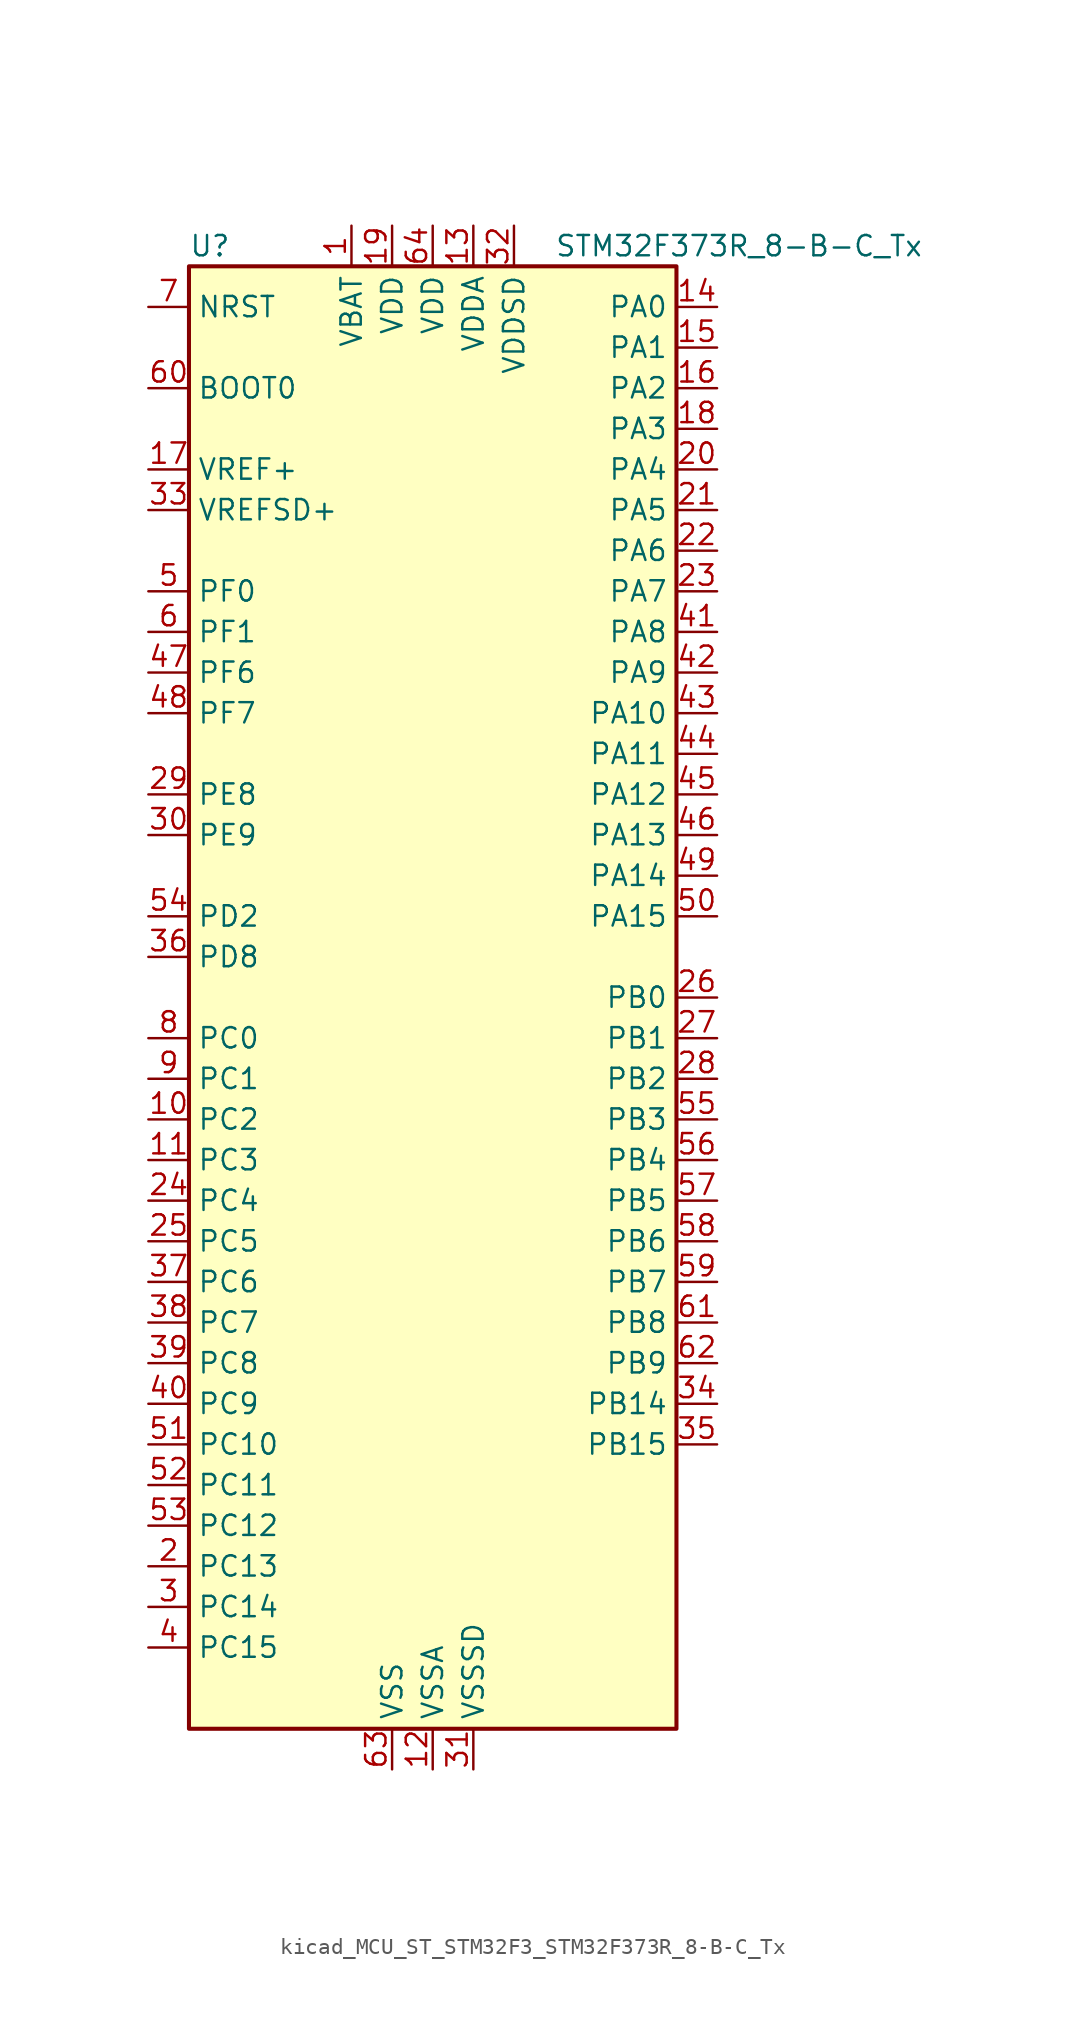
<source format=kicad_sym>
(kicad_symbol_lib
  (version 20220914)
  (generator kicad_symbol_editor)
  (symbol "kicad_MCU_ST_STM32F3_STM32F373R_8-B-C_Tx"
    (property "Reference" "U"
      (at -15.24 46.99 0)
      (effects (font (size 1.27 1.27)) (justify left)))
    (property "Value" "STM32F373R_8-B-C_Tx"
      (at 7.62 46.99 0)
      (effects (font (size 1.27 1.27)) (justify left)))
    (property "ki_locked" ""
      (at 0 0 0)
      (effects (font (size 1.27 1.27))))
    (symbol "kicad_MCU_ST_STM32F3_STM32F373R_8-B-C_Tx_0_1"
      (rectangle (start -15.24 -45.72) (end 15.24 45.72) (stroke (width 0.254) (type default)) (fill (type background))))
    (symbol "kicad_MCU_ST_STM32F3_STM32F373R_8-B-C_Tx_1_1"
      (pin power_in line (at -5.08 48.26 270) (length 2.54) (name "VBAT" (effects (font (size 1.27 1.27)))) (number "1" (effects (font (size 1.27 1.27)))))
      (pin bidirectional line (at -17.78 -7.62 0) (length 2.54) (name "PC2" (effects (font (size 1.27 1.27)))) (number "10" (effects (font (size 1.27 1.27)))) (alternate "ADC1_IN12" bidirectional line) (alternate "I2S2_MCK" bidirectional line) (alternate "SPI2_MISO" bidirectional line) (alternate "TIM5_CH3" bidirectional line))
      (pin bidirectional line (at -17.78 -10.16 0) (length 2.54) (name "PC3" (effects (font (size 1.27 1.27)))) (number "11" (effects (font (size 1.27 1.27)))) (alternate "ADC1_IN13" bidirectional line) (alternate "I2S2_SD" bidirectional line) (alternate "SPI2_MOSI" bidirectional line) (alternate "TIM5_CH4" bidirectional line))
      (pin power_in line (at 0 -48.26 90) (length 2.54) (name "VSSA" (effects (font (size 1.27 1.27)))) (number "12" (effects (font (size 1.27 1.27)))))
      (pin power_in line (at 2.54 48.26 270) (length 2.54) (name "VDDA" (effects (font (size 1.27 1.27)))) (number "13" (effects (font (size 1.27 1.27)))))
      (pin bidirectional line (at 17.78 43.18 180) (length 2.54) (name "PA0" (effects (font (size 1.27 1.27)))) (number "14" (effects (font (size 1.27 1.27)))) (alternate "ADC1_IN0" bidirectional line) (alternate "COMP1_INM" bidirectional line) (alternate "COMP1_OUT" bidirectional line) (alternate "RTC_TAMP2" bidirectional line) (alternate "SYS_WKUP1" bidirectional line) (alternate "TIM19_CH1" bidirectional line) (alternate "TIM2_CH1" bidirectional line) (alternate "TIM2_ETR" bidirectional line) (alternate "TIM5_CH1" bidirectional line) (alternate "TIM5_ETR" bidirectional line) (alternate "TSC_G1_IO1" bidirectional line) (alternate "USART2_CTS" bidirectional line))
      (pin bidirectional line (at 17.78 40.64 180) (length 2.54) (name "PA1" (effects (font (size 1.27 1.27)))) (number "15" (effects (font (size 1.27 1.27)))) (alternate "ADC1_IN1" bidirectional line) (alternate "COMP1_INP" bidirectional line) (alternate "I2S3_CK" bidirectional line) (alternate "RTC_REFIN" bidirectional line) (alternate "SPI3_SCK" bidirectional line) (alternate "TIM15_CH1N" bidirectional line) (alternate "TIM19_CH2" bidirectional line) (alternate "TIM2_CH2" bidirectional line) (alternate "TIM5_CH2" bidirectional line) (alternate "TSC_G1_IO2" bidirectional line) (alternate "USART2_DE" bidirectional line) (alternate "USART2_RTS" bidirectional line))
      (pin bidirectional line (at 17.78 38.1 180) (length 2.54) (name "PA2" (effects (font (size 1.27 1.27)))) (number "16" (effects (font (size 1.27 1.27)))) (alternate "ADC1_IN2" bidirectional line) (alternate "COMP2_INM" bidirectional line) (alternate "COMP2_OUT" bidirectional line) (alternate "I2S3_MCK" bidirectional line) (alternate "SPI3_MISO" bidirectional line) (alternate "TIM15_CH1" bidirectional line) (alternate "TIM19_CH3" bidirectional line) (alternate "TIM2_CH3" bidirectional line) (alternate "TIM5_CH3" bidirectional line) (alternate "TSC_G1_IO3" bidirectional line) (alternate "USART2_TX" bidirectional line))
      (pin input line (at -17.78 33.02 0) (length 2.54) (name "VREF+" (effects (font (size 1.27 1.27)))) (number "17" (effects (font (size 1.27 1.27)))))
      (pin bidirectional line (at 17.78 35.56 180) (length 2.54) (name "PA3" (effects (font (size 1.27 1.27)))) (number "18" (effects (font (size 1.27 1.27)))) (alternate "ADC1_IN3" bidirectional line) (alternate "COMP2_INP" bidirectional line) (alternate "I2S3_SD" bidirectional line) (alternate "SPI3_MOSI" bidirectional line) (alternate "TIM15_CH2" bidirectional line) (alternate "TIM19_CH4" bidirectional line) (alternate "TIM2_CH4" bidirectional line) (alternate "TIM5_CH4" bidirectional line) (alternate "TSC_G1_IO4" bidirectional line) (alternate "USART2_RX" bidirectional line))
      (pin power_in line (at -2.54 48.26 270) (length 2.54) (name "VDD" (effects (font (size 1.27 1.27)))) (number "19" (effects (font (size 1.27 1.27)))))
      (pin bidirectional line (at -17.78 -35.56 0) (length 2.54) (name "PC13" (effects (font (size 1.27 1.27)))) (number "2" (effects (font (size 1.27 1.27)))) (alternate "RTC_OUT_ALARM" bidirectional line) (alternate "RTC_OUT_CALIB" bidirectional line) (alternate "RTC_TAMP1" bidirectional line) (alternate "RTC_TS" bidirectional line) (alternate "SYS_WKUP2" bidirectional line))
      (pin bidirectional line (at 17.78 33.02 180) (length 2.54) (name "PA4" (effects (font (size 1.27 1.27)))) (number "20" (effects (font (size 1.27 1.27)))) (alternate "ADC1_IN4" bidirectional line) (alternate "DAC1_OUT1" bidirectional line) (alternate "I2S1_WS" bidirectional line) (alternate "I2S3_WS" bidirectional line) (alternate "SPI1_NSS" bidirectional line) (alternate "SPI3_NSS" bidirectional line) (alternate "TIM12_CH1" bidirectional line) (alternate "TIM3_CH2" bidirectional line) (alternate "TSC_G2_IO1" bidirectional line) (alternate "USART2_CK" bidirectional line))
      (pin bidirectional line (at 17.78 30.48 180) (length 2.54) (name "PA5" (effects (font (size 1.27 1.27)))) (number "21" (effects (font (size 1.27 1.27)))) (alternate "ADC1_IN5" bidirectional line) (alternate "CEC" bidirectional line) (alternate "DAC1_OUT2" bidirectional line) (alternate "I2S1_CK" bidirectional line) (alternate "SPI1_SCK" bidirectional line) (alternate "TIM12_CH2" bidirectional line) (alternate "TIM14_CH1" bidirectional line) (alternate "TIM2_CH1" bidirectional line) (alternate "TIM2_ETR" bidirectional line) (alternate "TSC_G2_IO2" bidirectional line))
      (pin bidirectional line (at 17.78 27.94 180) (length 2.54) (name "PA6" (effects (font (size 1.27 1.27)))) (number "22" (effects (font (size 1.27 1.27)))) (alternate "ADC1_IN6" bidirectional line) (alternate "COMP1_OUT" bidirectional line) (alternate "DAC2_OUT1" bidirectional line) (alternate "I2S1_MCK" bidirectional line) (alternate "SPI1_MISO" bidirectional line) (alternate "TIM13_CH1" bidirectional line) (alternate "TIM16_CH1" bidirectional line) (alternate "TIM3_CH1" bidirectional line) (alternate "TSC_G2_IO3" bidirectional line))
      (pin bidirectional line (at 17.78 25.4 180) (length 2.54) (name "PA7" (effects (font (size 1.27 1.27)))) (number "23" (effects (font (size 1.27 1.27)))) (alternate "ADC1_IN7" bidirectional line) (alternate "COMP2_OUT" bidirectional line) (alternate "I2S1_SD" bidirectional line) (alternate "SPI1_MOSI" bidirectional line) (alternate "TIM14_CH1" bidirectional line) (alternate "TIM17_CH1" bidirectional line) (alternate "TIM3_CH2" bidirectional line) (alternate "TSC_G2_IO4" bidirectional line))
      (pin bidirectional line (at -17.78 -12.7 0) (length 2.54) (name "PC4" (effects (font (size 1.27 1.27)))) (number "24" (effects (font (size 1.27 1.27)))) (alternate "ADC1_IN14" bidirectional line) (alternate "TIM13_CH1" bidirectional line) (alternate "TSC_G3_IO1" bidirectional line) (alternate "USART1_TX" bidirectional line))
      (pin bidirectional line (at -17.78 -15.24 0) (length 2.54) (name "PC5" (effects (font (size 1.27 1.27)))) (number "25" (effects (font (size 1.27 1.27)))) (alternate "ADC1_IN15" bidirectional line) (alternate "TSC_G3_IO2" bidirectional line) (alternate "USART1_RX" bidirectional line))
      (pin bidirectional line (at 17.78 0 180) (length 2.54) (name "PB0" (effects (font (size 1.27 1.27)))) (number "26" (effects (font (size 1.27 1.27)))) (alternate "ADC1_IN8" bidirectional line) (alternate "I2S1_SD" bidirectional line) (alternate "SDADC1_AIN6P" bidirectional line) (alternate "SPI1_MOSI" bidirectional line) (alternate "TIM3_CH2" bidirectional line) (alternate "TIM3_CH3" bidirectional line) (alternate "TSC_G3_IO3" bidirectional line))
      (pin bidirectional line (at 17.78 -2.54 180) (length 2.54) (name "PB1" (effects (font (size 1.27 1.27)))) (number "27" (effects (font (size 1.27 1.27)))) (alternate "ADC1_IN9" bidirectional line) (alternate "SDADC1_AIN5P" bidirectional line) (alternate "SDADC1_AIN6M" bidirectional line) (alternate "TIM3_CH4" bidirectional line) (alternate "TSC_G3_IO4" bidirectional line))
      (pin bidirectional line (at 17.78 -5.08 180) (length 2.54) (name "PB2" (effects (font (size 1.27 1.27)))) (number "28" (effects (font (size 1.27 1.27)))) (alternate "SDADC1_AIN4P" bidirectional line) (alternate "SDADC2_AIN6P" bidirectional line))
      (pin bidirectional line (at -17.78 12.7 0) (length 2.54) (name "PE8" (effects (font (size 1.27 1.27)))) (number "29" (effects (font (size 1.27 1.27)))) (alternate "SDADC1_AIN8P" bidirectional line) (alternate "SDADC2_AIN8P" bidirectional line))
      (pin bidirectional line (at -17.78 -38.1 0) (length 2.54) (name "PC14" (effects (font (size 1.27 1.27)))) (number "3" (effects (font (size 1.27 1.27)))) (alternate "RCC_OSC32_IN" bidirectional line))
      (pin bidirectional line (at -17.78 10.16 0) (length 2.54) (name "PE9" (effects (font (size 1.27 1.27)))) (number "30" (effects (font (size 1.27 1.27)))) (alternate "DAC1_EXTI9" bidirectional line) (alternate "DAC2_EXTI9" bidirectional line) (alternate "SDADC1_AIN7P" bidirectional line) (alternate "SDADC1_AIN8M" bidirectional line) (alternate "SDADC2_AIN7P" bidirectional line) (alternate "SDADC2_AIN8M" bidirectional line))
      (pin power_in line (at 2.54 -48.26 90) (length 2.54) (name "VSSSD" (effects (font (size 1.27 1.27)))) (number "31" (effects (font (size 1.27 1.27)))))
      (pin power_in line (at 5.08 48.26 270) (length 2.54) (name "VDDSD" (effects (font (size 1.27 1.27)))) (number "32" (effects (font (size 1.27 1.27)))))
      (pin input line (at -17.78 30.48 0) (length 2.54) (name "VREFSD+" (effects (font (size 1.27 1.27)))) (number "33" (effects (font (size 1.27 1.27)))))
      (pin bidirectional line (at 17.78 -25.4 180) (length 2.54) (name "PB14" (effects (font (size 1.27 1.27)))) (number "34" (effects (font (size 1.27 1.27)))) (alternate "I2S2_MCK" bidirectional line) (alternate "SDADC3_AIN8P" bidirectional line) (alternate "SPI2_MISO" bidirectional line) (alternate "TIM12_CH1" bidirectional line) (alternate "TIM15_CH1" bidirectional line) (alternate "TSC_G6_IO1" bidirectional line) (alternate "USART3_DE" bidirectional line) (alternate "USART3_RTS" bidirectional line))
      (pin bidirectional line (at 17.78 -27.94 180) (length 2.54) (name "PB15" (effects (font (size 1.27 1.27)))) (number "35" (effects (font (size 1.27 1.27)))) (alternate "ADC1_EXTI15" bidirectional line) (alternate "I2S2_SD" bidirectional line) (alternate "RTC_REFIN" bidirectional line) (alternate "SDADC1_EXTI15" bidirectional line) (alternate "SDADC2_EXTI15" bidirectional line) (alternate "SDADC3_AIN7P" bidirectional line) (alternate "SDADC3_AIN8M" bidirectional line) (alternate "SDADC3_EXTI15" bidirectional line) (alternate "SPI2_MOSI" bidirectional line) (alternate "TIM12_CH2" bidirectional line) (alternate "TIM15_CH1N" bidirectional line) (alternate "TIM15_CH2" bidirectional line) (alternate "TSC_G6_IO2" bidirectional line))
      (pin bidirectional line (at -17.78 2.54 0) (length 2.54) (name "PD8" (effects (font (size 1.27 1.27)))) (number "36" (effects (font (size 1.27 1.27)))) (alternate "I2S2_CK" bidirectional line) (alternate "SDADC3_AIN6P" bidirectional line) (alternate "SPI2_SCK" bidirectional line) (alternate "TSC_G6_IO3" bidirectional line) (alternate "USART3_TX" bidirectional line))
      (pin bidirectional line (at -17.78 -17.78 0) (length 2.54) (name "PC6" (effects (font (size 1.27 1.27)))) (number "37" (effects (font (size 1.27 1.27)))) (alternate "I2S1_WS" bidirectional line) (alternate "SPI1_NSS" bidirectional line) (alternate "TIM3_CH1" bidirectional line))
      (pin bidirectional line (at -17.78 -20.32 0) (length 2.54) (name "PC7" (effects (font (size 1.27 1.27)))) (number "38" (effects (font (size 1.27 1.27)))) (alternate "I2S1_CK" bidirectional line) (alternate "SPI1_SCK" bidirectional line) (alternate "TIM3_CH2" bidirectional line))
      (pin bidirectional line (at -17.78 -22.86 0) (length 2.54) (name "PC8" (effects (font (size 1.27 1.27)))) (number "39" (effects (font (size 1.27 1.27)))) (alternate "I2S1_MCK" bidirectional line) (alternate "SPI1_MISO" bidirectional line) (alternate "TIM3_CH3" bidirectional line))
      (pin bidirectional line (at -17.78 -40.64 0) (length 2.54) (name "PC15" (effects (font (size 1.27 1.27)))) (number "4" (effects (font (size 1.27 1.27)))) (alternate "ADC1_EXTI15" bidirectional line) (alternate "RCC_OSC32_OUT" bidirectional line) (alternate "SDADC1_EXTI15" bidirectional line) (alternate "SDADC2_EXTI15" bidirectional line) (alternate "SDADC3_EXTI15" bidirectional line))
      (pin bidirectional line (at -17.78 -25.4 0) (length 2.54) (name "PC9" (effects (font (size 1.27 1.27)))) (number "40" (effects (font (size 1.27 1.27)))) (alternate "DAC1_EXTI9" bidirectional line) (alternate "DAC2_EXTI9" bidirectional line) (alternate "I2S1_SD" bidirectional line) (alternate "SPI1_MOSI" bidirectional line) (alternate "TIM3_CH4" bidirectional line))
      (pin bidirectional line (at 17.78 22.86 180) (length 2.54) (name "PA8" (effects (font (size 1.27 1.27)))) (number "41" (effects (font (size 1.27 1.27)))) (alternate "I2C2_SMBA" bidirectional line) (alternate "I2S2_CK" bidirectional line) (alternate "RCC_MCO" bidirectional line) (alternate "SPI2_SCK" bidirectional line) (alternate "TIM4_ETR" bidirectional line) (alternate "TIM5_CH1" bidirectional line) (alternate "TIM5_ETR" bidirectional line) (alternate "USART1_CK" bidirectional line))
      (pin bidirectional line (at 17.78 20.32 180) (length 2.54) (name "PA9" (effects (font (size 1.27 1.27)))) (number "42" (effects (font (size 1.27 1.27)))) (alternate "DAC1_EXTI9" bidirectional line) (alternate "DAC2_EXTI9" bidirectional line) (alternate "I2C2_SCL" bidirectional line) (alternate "I2S2_MCK" bidirectional line) (alternate "SPI2_MISO" bidirectional line) (alternate "TIM13_CH1" bidirectional line) (alternate "TIM15_BKIN" bidirectional line) (alternate "TIM2_CH3" bidirectional line) (alternate "TSC_G4_IO1" bidirectional line) (alternate "USART1_TX" bidirectional line))
      (pin bidirectional line (at 17.78 17.78 180) (length 2.54) (name "PA10" (effects (font (size 1.27 1.27)))) (number "43" (effects (font (size 1.27 1.27)))) (alternate "I2C2_SDA" bidirectional line) (alternate "I2S2_SD" bidirectional line) (alternate "SPI2_MOSI" bidirectional line) (alternate "TIM14_CH1" bidirectional line) (alternate "TIM17_BKIN" bidirectional line) (alternate "TIM2_CH4" bidirectional line) (alternate "TSC_G4_IO2" bidirectional line) (alternate "USART1_RX" bidirectional line))
      (pin bidirectional line (at 17.78 15.24 180) (length 2.54) (name "PA11" (effects (font (size 1.27 1.27)))) (number "44" (effects (font (size 1.27 1.27)))) (alternate "ADC1_EXTI11" bidirectional line) (alternate "CAN_RX" bidirectional line) (alternate "COMP1_OUT" bidirectional line) (alternate "I2S1_WS" bidirectional line) (alternate "I2S2_WS" bidirectional line) (alternate "SDADC1_EXTI11" bidirectional line) (alternate "SDADC2_EXTI11" bidirectional line) (alternate "SDADC3_EXTI11" bidirectional line) (alternate "SPI1_NSS" bidirectional line) (alternate "SPI2_NSS" bidirectional line) (alternate "TIM4_CH1" bidirectional line) (alternate "TIM5_CH2" bidirectional line) (alternate "USART1_CTS" bidirectional line) (alternate "USB_DM" bidirectional line))
      (pin bidirectional line (at 17.78 12.7 180) (length 2.54) (name "PA12" (effects (font (size 1.27 1.27)))) (number "45" (effects (font (size 1.27 1.27)))) (alternate "CAN_TX" bidirectional line) (alternate "COMP2_OUT" bidirectional line) (alternate "I2S1_CK" bidirectional line) (alternate "SPI1_SCK" bidirectional line) (alternate "TIM16_CH1" bidirectional line) (alternate "TIM4_CH2" bidirectional line) (alternate "TIM5_CH3" bidirectional line) (alternate "USART1_DE" bidirectional line) (alternate "USART1_RTS" bidirectional line) (alternate "USB_DP" bidirectional line))
      (pin bidirectional line (at 17.78 10.16 180) (length 2.54) (name "PA13" (effects (font (size 1.27 1.27)))) (number "46" (effects (font (size 1.27 1.27)))) (alternate "I2S1_MCK" bidirectional line) (alternate "IR_OUT" bidirectional line) (alternate "SPI1_MISO" bidirectional line) (alternate "SYS_JTMS-SWDIO" bidirectional line) (alternate "TIM16_CH1N" bidirectional line) (alternate "TIM4_CH3" bidirectional line) (alternate "TIM5_CH4" bidirectional line) (alternate "TSC_G4_IO3" bidirectional line) (alternate "USART3_CTS" bidirectional line))
      (pin bidirectional line (at -17.78 20.32 0) (length 2.54) (name "PF6" (effects (font (size 1.27 1.27)))) (number "47" (effects (font (size 1.27 1.27)))) (alternate "I2C2_SCL" bidirectional line) (alternate "I2S1_SD" bidirectional line) (alternate "SPI1_MOSI" bidirectional line) (alternate "TIM4_CH4" bidirectional line) (alternate "USART3_DE" bidirectional line) (alternate "USART3_RTS" bidirectional line))
      (pin bidirectional line (at -17.78 17.78 0) (length 2.54) (name "PF7" (effects (font (size 1.27 1.27)))) (number "48" (effects (font (size 1.27 1.27)))) (alternate "I2C2_SDA" bidirectional line) (alternate "USART2_CK" bidirectional line))
      (pin bidirectional line (at 17.78 7.62 180) (length 2.54) (name "PA14" (effects (font (size 1.27 1.27)))) (number "49" (effects (font (size 1.27 1.27)))) (alternate "I2C1_SDA" bidirectional line) (alternate "SYS_JTCK-SWCLK" bidirectional line) (alternate "TIM12_CH1" bidirectional line) (alternate "TSC_G4_IO4" bidirectional line))
      (pin bidirectional line (at -17.78 25.4 0) (length 2.54) (name "PF0" (effects (font (size 1.27 1.27)))) (number "5" (effects (font (size 1.27 1.27)))) (alternate "I2C2_SDA" bidirectional line) (alternate "RCC_OSC_IN" bidirectional line))
      (pin bidirectional line (at 17.78 5.08 180) (length 2.54) (name "PA15" (effects (font (size 1.27 1.27)))) (number "50" (effects (font (size 1.27 1.27)))) (alternate "ADC1_EXTI15" bidirectional line) (alternate "I2C1_SCL" bidirectional line) (alternate "I2S1_WS" bidirectional line) (alternate "I2S3_WS" bidirectional line) (alternate "SDADC1_EXTI15" bidirectional line) (alternate "SDADC2_EXTI15" bidirectional line) (alternate "SDADC3_EXTI15" bidirectional line) (alternate "SPI1_NSS" bidirectional line) (alternate "SPI3_NSS" bidirectional line) (alternate "SYS_JTDI" bidirectional line) (alternate "TIM12_CH2" bidirectional line) (alternate "TIM2_CH1" bidirectional line) (alternate "TIM2_ETR" bidirectional line) (alternate "TSC_SYNC" bidirectional line))
      (pin bidirectional line (at -17.78 -27.94 0) (length 2.54) (name "PC10" (effects (font (size 1.27 1.27)))) (number "51" (effects (font (size 1.27 1.27)))) (alternate "I2S3_CK" bidirectional line) (alternate "SPI3_SCK" bidirectional line) (alternate "TIM19_CH1" bidirectional line) (alternate "USART3_TX" bidirectional line))
      (pin bidirectional line (at -17.78 -30.48 0) (length 2.54) (name "PC11" (effects (font (size 1.27 1.27)))) (number "52" (effects (font (size 1.27 1.27)))) (alternate "ADC1_EXTI11" bidirectional line) (alternate "I2S3_MCK" bidirectional line) (alternate "SDADC1_EXTI11" bidirectional line) (alternate "SDADC2_EXTI11" bidirectional line) (alternate "SDADC3_EXTI11" bidirectional line) (alternate "SPI3_MISO" bidirectional line) (alternate "TIM19_CH2" bidirectional line) (alternate "USART3_RX" bidirectional line))
      (pin bidirectional line (at -17.78 -33.02 0) (length 2.54) (name "PC12" (effects (font (size 1.27 1.27)))) (number "53" (effects (font (size 1.27 1.27)))) (alternate "I2S3_SD" bidirectional line) (alternate "SPI3_MOSI" bidirectional line) (alternate "TIM19_CH3" bidirectional line) (alternate "USART3_CK" bidirectional line))
      (pin bidirectional line (at -17.78 5.08 0) (length 2.54) (name "PD2" (effects (font (size 1.27 1.27)))) (number "54" (effects (font (size 1.27 1.27)))) (alternate "TIM3_ETR" bidirectional line))
      (pin bidirectional line (at 17.78 -7.62 180) (length 2.54) (name "PB3" (effects (font (size 1.27 1.27)))) (number "55" (effects (font (size 1.27 1.27)))) (alternate "I2S1_CK" bidirectional line) (alternate "I2S3_CK" bidirectional line) (alternate "SPI1_SCK" bidirectional line) (alternate "SPI3_SCK" bidirectional line) (alternate "SYS_JTDO-TRACESWO" bidirectional line) (alternate "TIM13_CH1" bidirectional line) (alternate "TIM2_CH2" bidirectional line) (alternate "TIM3_ETR" bidirectional line) (alternate "TIM4_ETR" bidirectional line) (alternate "TSC_G5_IO1" bidirectional line) (alternate "USART2_TX" bidirectional line))
      (pin bidirectional line (at 17.78 -10.16 180) (length 2.54) (name "PB4" (effects (font (size 1.27 1.27)))) (number "56" (effects (font (size 1.27 1.27)))) (alternate "I2S1_MCK" bidirectional line) (alternate "I2S3_MCK" bidirectional line) (alternate "SPI1_MISO" bidirectional line) (alternate "SPI3_MISO" bidirectional line) (alternate "SYS_NJTRST" bidirectional line) (alternate "TIM15_CH1N" bidirectional line) (alternate "TIM16_CH1" bidirectional line) (alternate "TIM17_BKIN" bidirectional line) (alternate "TIM3_CH1" bidirectional line) (alternate "TSC_G5_IO2" bidirectional line) (alternate "USART2_RX" bidirectional line))
      (pin bidirectional line (at 17.78 -12.7 180) (length 2.54) (name "PB5" (effects (font (size 1.27 1.27)))) (number "57" (effects (font (size 1.27 1.27)))) (alternate "I2C1_SMBA" bidirectional line) (alternate "I2S1_SD" bidirectional line) (alternate "I2S3_SD" bidirectional line) (alternate "SPI1_MOSI" bidirectional line) (alternate "SPI3_MOSI" bidirectional line) (alternate "TIM16_BKIN" bidirectional line) (alternate "TIM17_CH1" bidirectional line) (alternate "TIM19_ETR" bidirectional line) (alternate "TIM3_CH2" bidirectional line) (alternate "USART2_CK" bidirectional line))
      (pin bidirectional line (at 17.78 -15.24 180) (length 2.54) (name "PB6" (effects (font (size 1.27 1.27)))) (number "58" (effects (font (size 1.27 1.27)))) (alternate "I2C1_SCL" bidirectional line) (alternate "TIM15_CH1" bidirectional line) (alternate "TIM16_CH1N" bidirectional line) (alternate "TIM19_CH1" bidirectional line) (alternate "TIM3_CH3" bidirectional line) (alternate "TIM4_CH1" bidirectional line) (alternate "TSC_G5_IO3" bidirectional line) (alternate "USART1_TX" bidirectional line))
      (pin bidirectional line (at 17.78 -17.78 180) (length 2.54) (name "PB7" (effects (font (size 1.27 1.27)))) (number "59" (effects (font (size 1.27 1.27)))) (alternate "I2C1_SDA" bidirectional line) (alternate "TIM15_CH2" bidirectional line) (alternate "TIM17_CH1N" bidirectional line) (alternate "TIM19_CH2" bidirectional line) (alternate "TIM3_CH4" bidirectional line) (alternate "TIM4_CH2" bidirectional line) (alternate "TSC_G5_IO4" bidirectional line) (alternate "USART1_RX" bidirectional line))
      (pin bidirectional line (at -17.78 22.86 0) (length 2.54) (name "PF1" (effects (font (size 1.27 1.27)))) (number "6" (effects (font (size 1.27 1.27)))) (alternate "I2C2_SCL" bidirectional line) (alternate "RCC_OSC_OUT" bidirectional line))
      (pin input line (at -17.78 38.1 0) (length 2.54) (name "BOOT0" (effects (font (size 1.27 1.27)))) (number "60" (effects (font (size 1.27 1.27)))))
      (pin bidirectional line (at 17.78 -20.32 180) (length 2.54) (name "PB8" (effects (font (size 1.27 1.27)))) (number "61" (effects (font (size 1.27 1.27)))) (alternate "CAN_RX" bidirectional line) (alternate "CEC" bidirectional line) (alternate "COMP1_OUT" bidirectional line) (alternate "I2C1_SCL" bidirectional line) (alternate "I2S2_CK" bidirectional line) (alternate "SPI2_SCK" bidirectional line) (alternate "TIM16_CH1" bidirectional line) (alternate "TIM19_CH3" bidirectional line) (alternate "TIM4_CH3" bidirectional line) (alternate "TSC_SYNC" bidirectional line) (alternate "USART3_TX" bidirectional line))
      (pin bidirectional line (at 17.78 -22.86 180) (length 2.54) (name "PB9" (effects (font (size 1.27 1.27)))) (number "62" (effects (font (size 1.27 1.27)))) (alternate "CAN_TX" bidirectional line) (alternate "COMP2_OUT" bidirectional line) (alternate "DAC1_EXTI9" bidirectional line) (alternate "DAC2_EXTI9" bidirectional line) (alternate "I2C1_SDA" bidirectional line) (alternate "I2S2_WS" bidirectional line) (alternate "IR_OUT" bidirectional line) (alternate "SPI2_NSS" bidirectional line) (alternate "TIM17_CH1" bidirectional line) (alternate "TIM19_CH4" bidirectional line) (alternate "TIM4_CH4" bidirectional line) (alternate "USART3_RX" bidirectional line))
      (pin power_in line (at -2.54 -48.26 90) (length 2.54) (name "VSS" (effects (font (size 1.27 1.27)))) (number "63" (effects (font (size 1.27 1.27)))))
      (pin power_in line (at 0 48.26 270) (length 2.54) (name "VDD" (effects (font (size 1.27 1.27)))) (number "64" (effects (font (size 1.27 1.27)))))
      (pin input line (at -17.78 43.18 0) (length 2.54) (name "NRST" (effects (font (size 1.27 1.27)))) (number "7" (effects (font (size 1.27 1.27)))))
      (pin bidirectional line (at -17.78 -2.54 0) (length 2.54) (name "PC0" (effects (font (size 1.27 1.27)))) (number "8" (effects (font (size 1.27 1.27)))) (alternate "ADC1_IN10" bidirectional line) (alternate "TIM5_CH1" bidirectional line) (alternate "TIM5_ETR" bidirectional line))
      (pin bidirectional line (at -17.78 -5.08 0) (length 2.54) (name "PC1" (effects (font (size 1.27 1.27)))) (number "9" (effects (font (size 1.27 1.27)))) (alternate "ADC1_IN11" bidirectional line) (alternate "TIM5_CH2" bidirectional line)))))
</source>
